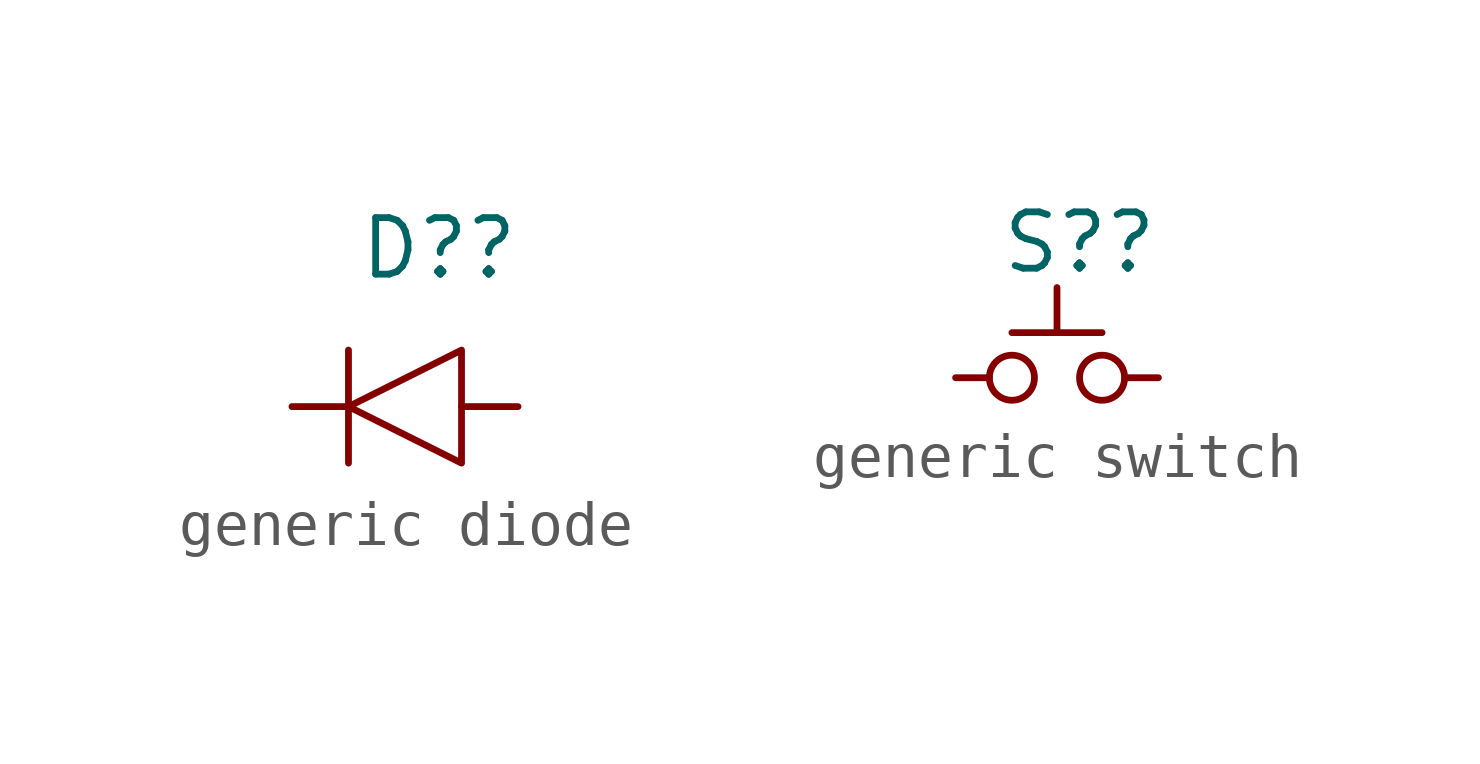
<source format=kicad_sym>
(kicad_symbol_lib
  (version 20231120)
  (generator "kicad_symbol_editor")
  (generator_version "8.0")
  (symbol "generic diode"
    (property "Reference" "D?"
      (at 3.302 3.556 0)
      (effects (font (size 1.27 1.27))))
    (property "Value" ""
      (at 2.54 0 0)
      (effects (font (size 1.27 1.27))))
    (symbol "generic diode_0_1"
      (polyline (pts (xy 1.27 1.27) (xy 1.27 -1.27)) (stroke (width 0) (type default)) (fill (type none)))
      (polyline (pts (xy 1.27 0) (xy 3.81 1.27) (xy 3.81 -1.27) (xy 1.27 0)) (stroke (width 0) (type default)) (fill (type none))))
    (symbol "generic diode_1_1"
      (pin passive line (at 0 0 0) (length 1.27) (name "K" (effects (font (size 0 0)))) (number "1" (effects (font (size 0 0)))))
      (pin passive line (at 5.08 0 180) (length 1.27) (name "A" (effects (font (size 0 0)))) (number "2" (effects (font (size 0 0)))))))
  (symbol "generic switch"
    (property "Reference" "S?"
      (at 2.794 3.048 0)
      (effects (font (size 1.27 1.27))))
    (property "Value" ""
      (at 4.318 0 0)
      (effects (font (size 1.27 1.27))))
    (symbol "generic switch_0_1"
      (polyline (pts (xy 1.27 1.016) (xy 3.302 1.016)) (stroke (width 0) (type default)) (fill (type none)))
      (circle (center 1.27 0) (radius 0.508) (stroke (width 0) (type default)) (fill (type none)))
      (circle (center 3.302 0) (radius 0.508) (stroke (width 0) (type default)) (fill (type none))))
    (symbol "generic switch_1_1"
      (polyline (pts (xy 2.286 1.016) (xy 2.286 2.032)) (stroke (width 0) (type default)) (fill (type none)))
      (pin passive line (at 4.572 0 180) (length 0.762) (name "1" (effects (font (size 0 0)))) (number "1" (effects (font (size 0 0)))))
      (pin passive line (at 0 0 0) (length 0.762) (name "2" (effects (font (size 0 0)))) (number "2" (effects (font (size 0 0))))))))
</source>
